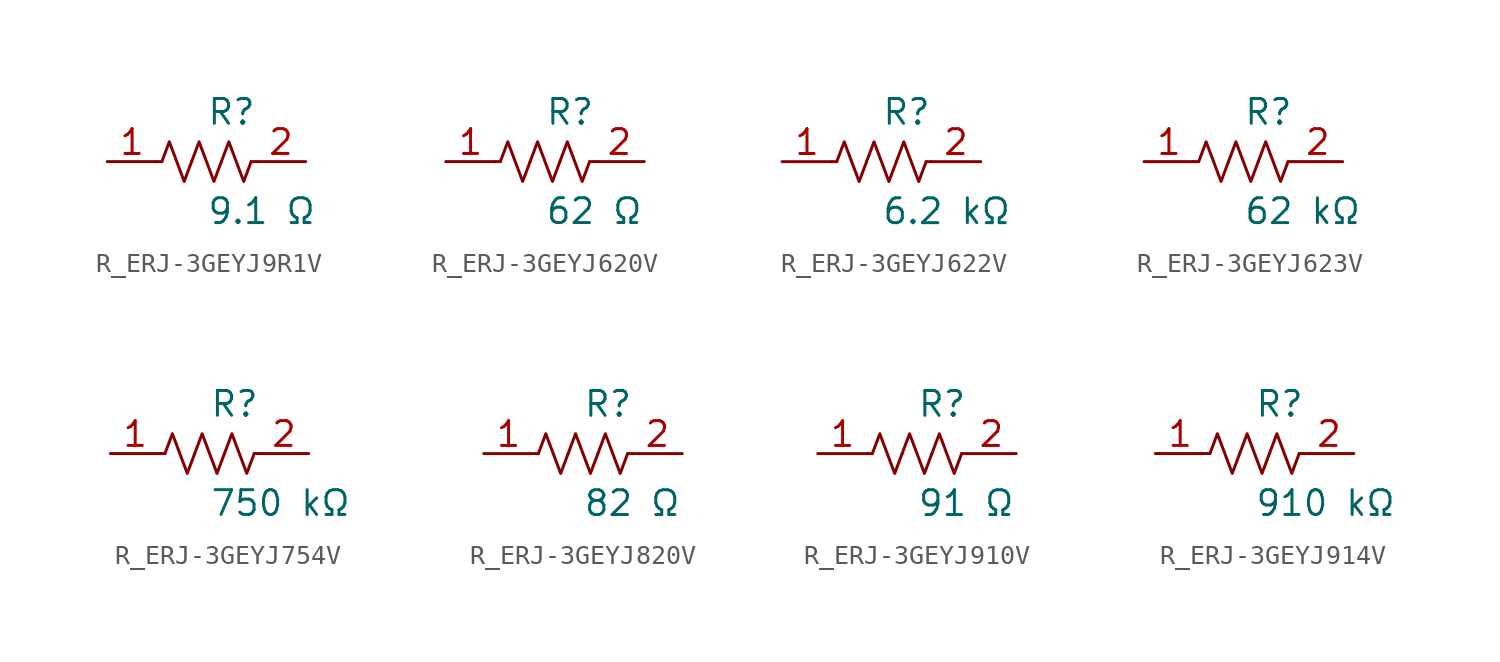
<source format=kicad_sym>
(kicad_symbol_lib
  (version 20231120)
  (generator kicad_symbol_editor)
  (generator_version 8.0)
  (symbol "R_ERJ-3GEYJ9R1V"
    (pin_names
      (offset 0.254))
    (property "Reference" "R"
      (at 0.0 2.54 0)
      (effects (font (size 1.27 1.27)) (justify left)))
    (property "Value" "9.1 Ω"
      (at 0.0 -2.54 0)
      (effects (font (size 1.27 1.27)) (justify left)))
    (symbol "R_ERJ-3GEYJ9R1V_0_1"
      (polyline (pts (xy 2.286 0) (xy 2.54 0)) (stroke (width 0) (type default)) (fill (type none)))
      (polyline (pts (xy -2.286 0) (xy -2.54 0)) (stroke (width 0) (type default)) (fill (type none)))
      (polyline (pts (xy 0.762 0) (xy 1.143 1.016) (xy 1.524 0) (xy 1.905 -1.016) (xy 2.286 0)) (stroke (width 0) (type default)) (fill (type none)))
      (polyline (pts (xy -0.762 0) (xy -0.381 1.016) (xy 0 0) (xy 0.381 -1.016) (xy 0.762 0)) (stroke (width 0) (type default)) (fill (type none)))
      (polyline (pts (xy -2.286 0) (xy -1.905 1.016) (xy -1.524 0) (xy -1.143 -1.016) (xy -0.762 0)) (stroke (width 0) (type default)) (fill (type none))))
    (pin unspecified line
      (at -5.08 0 0)
      (length 2.54)
      (name "" (effects (font (size 1.27 1.27))))
      (number "1" (effects (font (size 1.27 1.27)))))
    (pin unspecified line
      (at 5.08 0 180)
      (length 2.54)
      (name "" (effects (font (size 1.27 1.27))))
      (number "2" (effects (font (size 1.27 1.27))))))
  (symbol "R_ERJ-3GEYJ620V"
    (pin_names
      (offset 0.254))
    (property "Reference" "R"
      (at 0.0 2.54 0)
      (effects (font (size 1.27 1.27)) (justify left)))
    (property "Value" "62 Ω"
      (at 0.0 -2.54 0)
      (effects (font (size 1.27 1.27)) (justify left)))
    (symbol "R_ERJ-3GEYJ620V_0_1"
      (polyline (pts (xy 2.286 0) (xy 2.54 0)) (stroke (width 0) (type default)) (fill (type none)))
      (polyline (pts (xy -2.286 0) (xy -2.54 0)) (stroke (width 0) (type default)) (fill (type none)))
      (polyline (pts (xy 0.762 0) (xy 1.143 1.016) (xy 1.524 0) (xy 1.905 -1.016) (xy 2.286 0)) (stroke (width 0) (type default)) (fill (type none)))
      (polyline (pts (xy -0.762 0) (xy -0.381 1.016) (xy 0 0) (xy 0.381 -1.016) (xy 0.762 0)) (stroke (width 0) (type default)) (fill (type none)))
      (polyline (pts (xy -2.286 0) (xy -1.905 1.016) (xy -1.524 0) (xy -1.143 -1.016) (xy -0.762 0)) (stroke (width 0) (type default)) (fill (type none))))
    (pin unspecified line
      (at -5.08 0 0)
      (length 2.54)
      (name "" (effects (font (size 1.27 1.27))))
      (number "1" (effects (font (size 1.27 1.27)))))
    (pin unspecified line
      (at 5.08 0 180)
      (length 2.54)
      (name "" (effects (font (size 1.27 1.27))))
      (number "2" (effects (font (size 1.27 1.27))))))
  (symbol "R_ERJ-3GEYJ622V"
    (pin_names
      (offset 0.254))
    (property "Reference" "R"
      (at 0.0 2.54 0)
      (effects (font (size 1.27 1.27)) (justify left)))
    (property "Value" "6.2 kΩ"
      (at 0.0 -2.54 0)
      (effects (font (size 1.27 1.27)) (justify left)))
    (symbol "R_ERJ-3GEYJ622V_0_1"
      (polyline (pts (xy 2.286 0) (xy 2.54 0)) (stroke (width 0) (type default)) (fill (type none)))
      (polyline (pts (xy -2.286 0) (xy -2.54 0)) (stroke (width 0) (type default)) (fill (type none)))
      (polyline (pts (xy 0.762 0) (xy 1.143 1.016) (xy 1.524 0) (xy 1.905 -1.016) (xy 2.286 0)) (stroke (width 0) (type default)) (fill (type none)))
      (polyline (pts (xy -0.762 0) (xy -0.381 1.016) (xy 0 0) (xy 0.381 -1.016) (xy 0.762 0)) (stroke (width 0) (type default)) (fill (type none)))
      (polyline (pts (xy -2.286 0) (xy -1.905 1.016) (xy -1.524 0) (xy -1.143 -1.016) (xy -0.762 0)) (stroke (width 0) (type default)) (fill (type none))))
    (pin unspecified line
      (at -5.08 0 0)
      (length 2.54)
      (name "" (effects (font (size 1.27 1.27))))
      (number "1" (effects (font (size 1.27 1.27)))))
    (pin unspecified line
      (at 5.08 0 180)
      (length 2.54)
      (name "" (effects (font (size 1.27 1.27))))
      (number "2" (effects (font (size 1.27 1.27))))))
  (symbol "R_ERJ-3GEYJ623V"
    (pin_names
      (offset 0.254))
    (property "Reference" "R"
      (at 0.0 2.54 0)
      (effects (font (size 1.27 1.27)) (justify left)))
    (property "Value" "62 kΩ"
      (at 0.0 -2.54 0)
      (effects (font (size 1.27 1.27)) (justify left)))
    (symbol "R_ERJ-3GEYJ623V_0_1"
      (polyline (pts (xy 2.286 0) (xy 2.54 0)) (stroke (width 0) (type default)) (fill (type none)))
      (polyline (pts (xy -2.286 0) (xy -2.54 0)) (stroke (width 0) (type default)) (fill (type none)))
      (polyline (pts (xy 0.762 0) (xy 1.143 1.016) (xy 1.524 0) (xy 1.905 -1.016) (xy 2.286 0)) (stroke (width 0) (type default)) (fill (type none)))
      (polyline (pts (xy -0.762 0) (xy -0.381 1.016) (xy 0 0) (xy 0.381 -1.016) (xy 0.762 0)) (stroke (width 0) (type default)) (fill (type none)))
      (polyline (pts (xy -2.286 0) (xy -1.905 1.016) (xy -1.524 0) (xy -1.143 -1.016) (xy -0.762 0)) (stroke (width 0) (type default)) (fill (type none))))
    (pin unspecified line
      (at -5.08 0 0)
      (length 2.54)
      (name "" (effects (font (size 1.27 1.27))))
      (number "1" (effects (font (size 1.27 1.27)))))
    (pin unspecified line
      (at 5.08 0 180)
      (length 2.54)
      (name "" (effects (font (size 1.27 1.27))))
      (number "2" (effects (font (size 1.27 1.27))))))
  (symbol "R_ERJ-3GEYJ754V"
    (pin_names
      (offset 0.254))
    (property "Reference" "R"
      (at 0.0 2.54 0)
      (effects (font (size 1.27 1.27)) (justify left)))
    (property "Value" "750 kΩ"
      (at 0.0 -2.54 0)
      (effects (font (size 1.27 1.27)) (justify left)))
    (symbol "R_ERJ-3GEYJ754V_0_1"
      (polyline (pts (xy 2.286 0) (xy 2.54 0)) (stroke (width 0) (type default)) (fill (type none)))
      (polyline (pts (xy -2.286 0) (xy -2.54 0)) (stroke (width 0) (type default)) (fill (type none)))
      (polyline (pts (xy 0.762 0) (xy 1.143 1.016) (xy 1.524 0) (xy 1.905 -1.016) (xy 2.286 0)) (stroke (width 0) (type default)) (fill (type none)))
      (polyline (pts (xy -0.762 0) (xy -0.381 1.016) (xy 0 0) (xy 0.381 -1.016) (xy 0.762 0)) (stroke (width 0) (type default)) (fill (type none)))
      (polyline (pts (xy -2.286 0) (xy -1.905 1.016) (xy -1.524 0) (xy -1.143 -1.016) (xy -0.762 0)) (stroke (width 0) (type default)) (fill (type none))))
    (pin unspecified line
      (at -5.08 0 0)
      (length 2.54)
      (name "" (effects (font (size 1.27 1.27))))
      (number "1" (effects (font (size 1.27 1.27)))))
    (pin unspecified line
      (at 5.08 0 180)
      (length 2.54)
      (name "" (effects (font (size 1.27 1.27))))
      (number "2" (effects (font (size 1.27 1.27))))))
  (symbol "R_ERJ-3GEYJ820V"
    (pin_names
      (offset 0.254))
    (property "Reference" "R"
      (at 0.0 2.54 0)
      (effects (font (size 1.27 1.27)) (justify left)))
    (property "Value" "82 Ω"
      (at 0.0 -2.54 0)
      (effects (font (size 1.27 1.27)) (justify left)))
    (symbol "R_ERJ-3GEYJ820V_0_1"
      (polyline (pts (xy 2.286 0) (xy 2.54 0)) (stroke (width 0) (type default)) (fill (type none)))
      (polyline (pts (xy -2.286 0) (xy -2.54 0)) (stroke (width 0) (type default)) (fill (type none)))
      (polyline (pts (xy 0.762 0) (xy 1.143 1.016) (xy 1.524 0) (xy 1.905 -1.016) (xy 2.286 0)) (stroke (width 0) (type default)) (fill (type none)))
      (polyline (pts (xy -0.762 0) (xy -0.381 1.016) (xy 0 0) (xy 0.381 -1.016) (xy 0.762 0)) (stroke (width 0) (type default)) (fill (type none)))
      (polyline (pts (xy -2.286 0) (xy -1.905 1.016) (xy -1.524 0) (xy -1.143 -1.016) (xy -0.762 0)) (stroke (width 0) (type default)) (fill (type none))))
    (pin unspecified line
      (at -5.08 0 0)
      (length 2.54)
      (name "" (effects (font (size 1.27 1.27))))
      (number "1" (effects (font (size 1.27 1.27)))))
    (pin unspecified line
      (at 5.08 0 180)
      (length 2.54)
      (name "" (effects (font (size 1.27 1.27))))
      (number "2" (effects (font (size 1.27 1.27))))))
  (symbol "R_ERJ-3GEYJ910V"
    (pin_names
      (offset 0.254))
    (property "Reference" "R"
      (at 0.0 2.54 0)
      (effects (font (size 1.27 1.27)) (justify left)))
    (property "Value" "91 Ω"
      (at 0.0 -2.54 0)
      (effects (font (size 1.27 1.27)) (justify left)))
    (symbol "R_ERJ-3GEYJ910V_0_1"
      (polyline (pts (xy 2.286 0) (xy 2.54 0)) (stroke (width 0) (type default)) (fill (type none)))
      (polyline (pts (xy -2.286 0) (xy -2.54 0)) (stroke (width 0) (type default)) (fill (type none)))
      (polyline (pts (xy 0.762 0) (xy 1.143 1.016) (xy 1.524 0) (xy 1.905 -1.016) (xy 2.286 0)) (stroke (width 0) (type default)) (fill (type none)))
      (polyline (pts (xy -0.762 0) (xy -0.381 1.016) (xy 0 0) (xy 0.381 -1.016) (xy 0.762 0)) (stroke (width 0) (type default)) (fill (type none)))
      (polyline (pts (xy -2.286 0) (xy -1.905 1.016) (xy -1.524 0) (xy -1.143 -1.016) (xy -0.762 0)) (stroke (width 0) (type default)) (fill (type none))))
    (pin unspecified line
      (at -5.08 0 0)
      (length 2.54)
      (name "" (effects (font (size 1.27 1.27))))
      (number "1" (effects (font (size 1.27 1.27)))))
    (pin unspecified line
      (at 5.08 0 180)
      (length 2.54)
      (name "" (effects (font (size 1.27 1.27))))
      (number "2" (effects (font (size 1.27 1.27))))))
  (symbol "R_ERJ-3GEYJ914V"
    (pin_names
      (offset 0.254))
    (property "Reference" "R"
      (at 0.0 2.54 0)
      (effects (font (size 1.27 1.27)) (justify left)))
    (property "Value" "910 kΩ"
      (at 0.0 -2.54 0)
      (effects (font (size 1.27 1.27)) (justify left)))
    (symbol "R_ERJ-3GEYJ914V_0_1"
      (polyline (pts (xy 2.286 0) (xy 2.54 0)) (stroke (width 0) (type default)) (fill (type none)))
      (polyline (pts (xy -2.286 0) (xy -2.54 0)) (stroke (width 0) (type default)) (fill (type none)))
      (polyline (pts (xy 0.762 0) (xy 1.143 1.016) (xy 1.524 0) (xy 1.905 -1.016) (xy 2.286 0)) (stroke (width 0) (type default)) (fill (type none)))
      (polyline (pts (xy -0.762 0) (xy -0.381 1.016) (xy 0 0) (xy 0.381 -1.016) (xy 0.762 0)) (stroke (width 0) (type default)) (fill (type none)))
      (polyline (pts (xy -2.286 0) (xy -1.905 1.016) (xy -1.524 0) (xy -1.143 -1.016) (xy -0.762 0)) (stroke (width 0) (type default)) (fill (type none))))
    (pin unspecified line
      (at -5.08 0 0)
      (length 2.54)
      (name "" (effects (font (size 1.27 1.27))))
      (number "1" (effects (font (size 1.27 1.27)))))
    (pin unspecified line
      (at 5.08 0 180)
      (length 2.54)
      (name "" (effects (font (size 1.27 1.27))))
      (number "2" (effects (font (size 1.27 1.27)))))))
</source>
